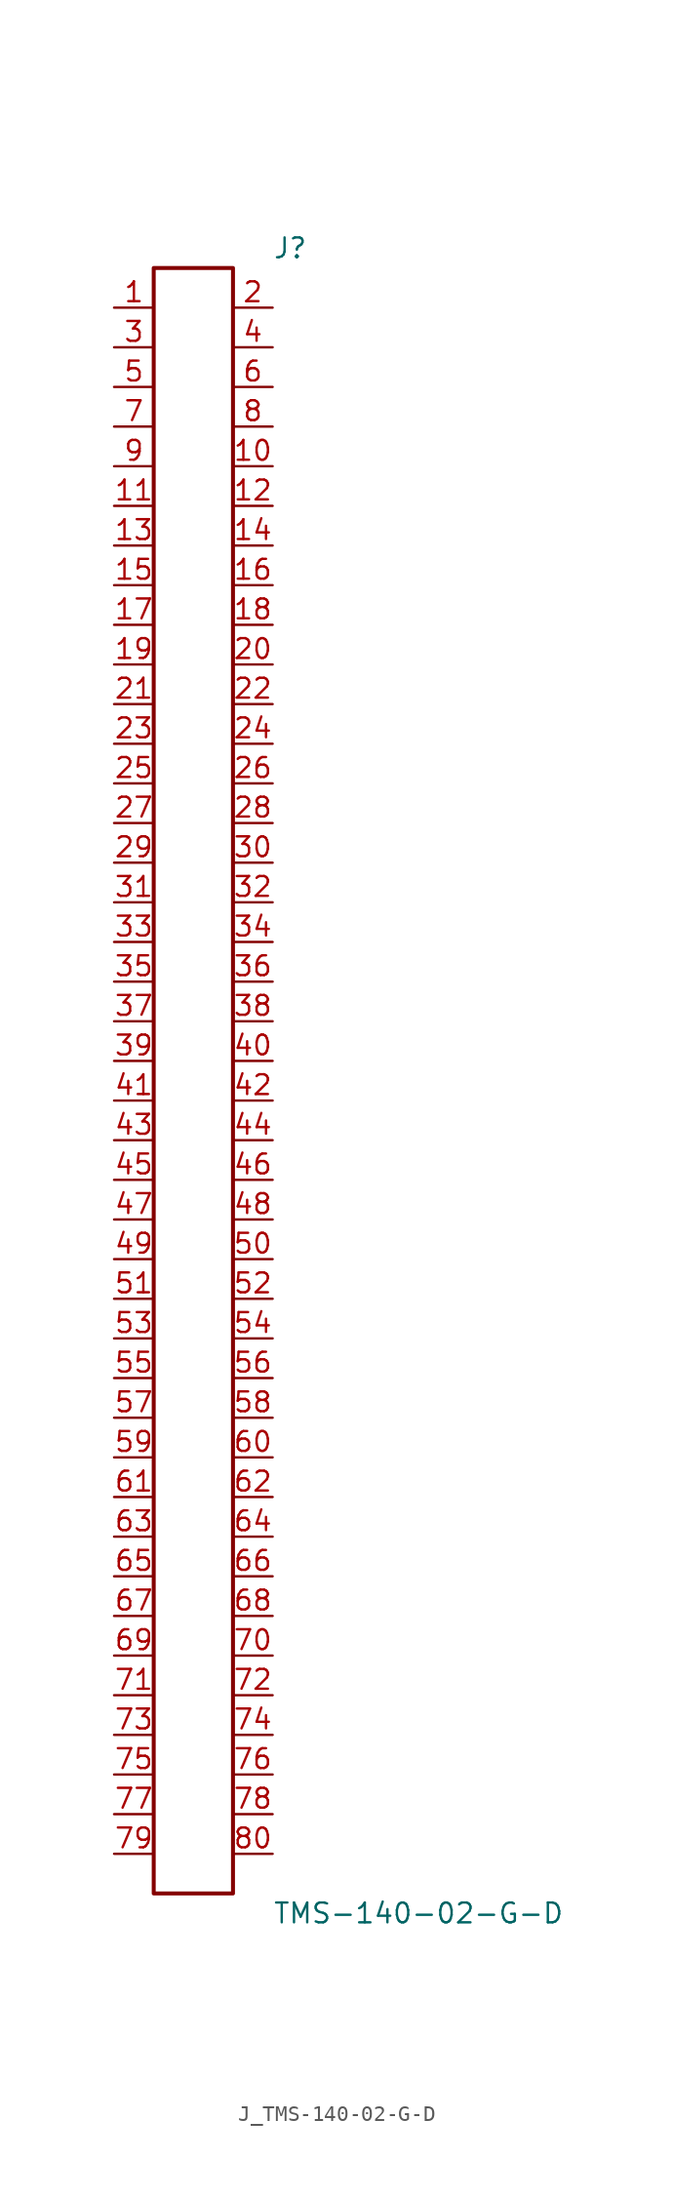
<source format=kicad_sym>
(kicad_symbol_lib
  (version 20231120)
  (generator kicad_symbol_editor)
  (generator_version 8.0)
  (symbol "J_TMS-140-02-G-D"
    (pin_names
      (offset 0.254))
    (property "Reference" "J"
      (at 5.08 53.34 0)
      (effects (font (size 1.27 1.27)) (justify left)))
    (property "Value" "TMS-140-02-G-D"
      (at 5.08 -53.34 0)
      (effects (font (size 1.27 1.27)) (justify left)))
    (symbol "J_TMS-140-02-G-D_0_0"
      (pin unspecified line (at -5.08 49.53 0) (length 2.54) (name "" (effects (font (size 1.27 1.27)))) (number "1" (effects (font (size 1.27 1.27)))))
      (pin unspecified line (at 5.08 49.53 180) (length 2.54) (name "" (effects (font (size 1.27 1.27)))) (number "2" (effects (font (size 1.27 1.27)))))
      (pin unspecified line (at -5.08 46.99 0) (length 2.54) (name "" (effects (font (size 1.27 1.27)))) (number "3" (effects (font (size 1.27 1.27)))))
      (pin unspecified line (at 5.08 46.99 180) (length 2.54) (name "" (effects (font (size 1.27 1.27)))) (number "4" (effects (font (size 1.27 1.27)))))
      (pin unspecified line (at -5.08 44.45 0) (length 2.54) (name "" (effects (font (size 1.27 1.27)))) (number "5" (effects (font (size 1.27 1.27)))))
      (pin unspecified line (at 5.08 44.45 180) (length 2.54) (name "" (effects (font (size 1.27 1.27)))) (number "6" (effects (font (size 1.27 1.27)))))
      (pin unspecified line (at -5.08 41.91 0) (length 2.54) (name "" (effects (font (size 1.27 1.27)))) (number "7" (effects (font (size 1.27 1.27)))))
      (pin unspecified line (at 5.08 41.91 180) (length 2.54) (name "" (effects (font (size 1.27 1.27)))) (number "8" (effects (font (size 1.27 1.27)))))
      (pin unspecified line (at -5.08 39.37 0) (length 2.54) (name "" (effects (font (size 1.27 1.27)))) (number "9" (effects (font (size 1.27 1.27)))))
      (pin unspecified line (at 5.08 39.37 180) (length 2.54) (name "" (effects (font (size 1.27 1.27)))) (number "10" (effects (font (size 1.27 1.27)))))
      (pin unspecified line (at -5.08 36.83 0) (length 2.54) (name "" (effects (font (size 1.27 1.27)))) (number "11" (effects (font (size 1.27 1.27)))))
      (pin unspecified line (at 5.08 36.83 180) (length 2.54) (name "" (effects (font (size 1.27 1.27)))) (number "12" (effects (font (size 1.27 1.27)))))
      (pin unspecified line (at -5.08 34.29 0) (length 2.54) (name "" (effects (font (size 1.27 1.27)))) (number "13" (effects (font (size 1.27 1.27)))))
      (pin unspecified line (at 5.08 34.29 180) (length 2.54) (name "" (effects (font (size 1.27 1.27)))) (number "14" (effects (font (size 1.27 1.27)))))
      (pin unspecified line (at -5.08 31.75 0) (length 2.54) (name "" (effects (font (size 1.27 1.27)))) (number "15" (effects (font (size 1.27 1.27)))))
      (pin unspecified line (at 5.08 31.75 180) (length 2.54) (name "" (effects (font (size 1.27 1.27)))) (number "16" (effects (font (size 1.27 1.27)))))
      (pin unspecified line (at -5.08 29.21 0) (length 2.54) (name "" (effects (font (size 1.27 1.27)))) (number "17" (effects (font (size 1.27 1.27)))))
      (pin unspecified line (at 5.08 29.21 180) (length 2.54) (name "" (effects (font (size 1.27 1.27)))) (number "18" (effects (font (size 1.27 1.27)))))
      (pin unspecified line (at -5.08 26.67 0) (length 2.54) (name "" (effects (font (size 1.27 1.27)))) (number "19" (effects (font (size 1.27 1.27)))))
      (pin unspecified line (at 5.08 26.67 180) (length 2.54) (name "" (effects (font (size 1.27 1.27)))) (number "20" (effects (font (size 1.27 1.27)))))
      (pin unspecified line (at -5.08 24.13 0) (length 2.54) (name "" (effects (font (size 1.27 1.27)))) (number "21" (effects (font (size 1.27 1.27)))))
      (pin unspecified line (at 5.08 24.13 180) (length 2.54) (name "" (effects (font (size 1.27 1.27)))) (number "22" (effects (font (size 1.27 1.27)))))
      (pin unspecified line (at -5.08 21.59 0) (length 2.54) (name "" (effects (font (size 1.27 1.27)))) (number "23" (effects (font (size 1.27 1.27)))))
      (pin unspecified line (at 5.08 21.59 180) (length 2.54) (name "" (effects (font (size 1.27 1.27)))) (number "24" (effects (font (size 1.27 1.27)))))
      (pin unspecified line (at -5.08 19.05 0) (length 2.54) (name "" (effects (font (size 1.27 1.27)))) (number "25" (effects (font (size 1.27 1.27)))))
      (pin unspecified line (at 5.08 19.05 180) (length 2.54) (name "" (effects (font (size 1.27 1.27)))) (number "26" (effects (font (size 1.27 1.27)))))
      (pin unspecified line (at -5.08 16.51 0) (length 2.54) (name "" (effects (font (size 1.27 1.27)))) (number "27" (effects (font (size 1.27 1.27)))))
      (pin unspecified line (at 5.08 16.51 180) (length 2.54) (name "" (effects (font (size 1.27 1.27)))) (number "28" (effects (font (size 1.27 1.27)))))
      (pin unspecified line (at -5.08 13.97 0) (length 2.54) (name "" (effects (font (size 1.27 1.27)))) (number "29" (effects (font (size 1.27 1.27)))))
      (pin unspecified line (at 5.08 13.97 180) (length 2.54) (name "" (effects (font (size 1.27 1.27)))) (number "30" (effects (font (size 1.27 1.27)))))
      (pin unspecified line (at -5.08 11.43 0) (length 2.54) (name "" (effects (font (size 1.27 1.27)))) (number "31" (effects (font (size 1.27 1.27)))))
      (pin unspecified line (at 5.08 11.43 180) (length 2.54) (name "" (effects (font (size 1.27 1.27)))) (number "32" (effects (font (size 1.27 1.27)))))
      (pin unspecified line (at -5.08 8.89 0) (length 2.54) (name "" (effects (font (size 1.27 1.27)))) (number "33" (effects (font (size 1.27 1.27)))))
      (pin unspecified line (at 5.08 8.89 180) (length 2.54) (name "" (effects (font (size 1.27 1.27)))) (number "34" (effects (font (size 1.27 1.27)))))
      (pin unspecified line (at -5.08 6.35 0) (length 2.54) (name "" (effects (font (size 1.27 1.27)))) (number "35" (effects (font (size 1.27 1.27)))))
      (pin unspecified line (at 5.08 6.35 180) (length 2.54) (name "" (effects (font (size 1.27 1.27)))) (number "36" (effects (font (size 1.27 1.27)))))
      (pin unspecified line (at -5.08 3.81 0) (length 2.54) (name "" (effects (font (size 1.27 1.27)))) (number "37" (effects (font (size 1.27 1.27)))))
      (pin unspecified line (at 5.08 3.81 180) (length 2.54) (name "" (effects (font (size 1.27 1.27)))) (number "38" (effects (font (size 1.27 1.27)))))
      (pin unspecified line (at -5.08 1.27 0) (length 2.54) (name "" (effects (font (size 1.27 1.27)))) (number "39" (effects (font (size 1.27 1.27)))))
      (pin unspecified line (at 5.08 1.27 180) (length 2.54) (name "" (effects (font (size 1.27 1.27)))) (number "40" (effects (font (size 1.27 1.27)))))
      (pin unspecified line (at -5.08 -1.27 0) (length 2.54) (name "" (effects (font (size 1.27 1.27)))) (number "41" (effects (font (size 1.27 1.27)))))
      (pin unspecified line (at 5.08 -1.27 180) (length 2.54) (name "" (effects (font (size 1.27 1.27)))) (number "42" (effects (font (size 1.27 1.27)))))
      (pin unspecified line (at -5.08 -3.81 0) (length 2.54) (name "" (effects (font (size 1.27 1.27)))) (number "43" (effects (font (size 1.27 1.27)))))
      (pin unspecified line (at 5.08 -3.81 180) (length 2.54) (name "" (effects (font (size 1.27 1.27)))) (number "44" (effects (font (size 1.27 1.27)))))
      (pin unspecified line (at -5.08 -6.35 0) (length 2.54) (name "" (effects (font (size 1.27 1.27)))) (number "45" (effects (font (size 1.27 1.27)))))
      (pin unspecified line (at 5.08 -6.35 180) (length 2.54) (name "" (effects (font (size 1.27 1.27)))) (number "46" (effects (font (size 1.27 1.27)))))
      (pin unspecified line (at -5.08 -8.89 0) (length 2.54) (name "" (effects (font (size 1.27 1.27)))) (number "47" (effects (font (size 1.27 1.27)))))
      (pin unspecified line (at 5.08 -8.89 180) (length 2.54) (name "" (effects (font (size 1.27 1.27)))) (number "48" (effects (font (size 1.27 1.27)))))
      (pin unspecified line (at -5.08 -11.43 0) (length 2.54) (name "" (effects (font (size 1.27 1.27)))) (number "49" (effects (font (size 1.27 1.27)))))
      (pin unspecified line (at 5.08 -11.43 180) (length 2.54) (name "" (effects (font (size 1.27 1.27)))) (number "50" (effects (font (size 1.27 1.27)))))
      (pin unspecified line (at -5.08 -13.97 0) (length 2.54) (name "" (effects (font (size 1.27 1.27)))) (number "51" (effects (font (size 1.27 1.27)))))
      (pin unspecified line (at 5.08 -13.97 180) (length 2.54) (name "" (effects (font (size 1.27 1.27)))) (number "52" (effects (font (size 1.27 1.27)))))
      (pin unspecified line (at -5.08 -16.51 0) (length 2.54) (name "" (effects (font (size 1.27 1.27)))) (number "53" (effects (font (size 1.27 1.27)))))
      (pin unspecified line (at 5.08 -16.51 180) (length 2.54) (name "" (effects (font (size 1.27 1.27)))) (number "54" (effects (font (size 1.27 1.27)))))
      (pin unspecified line (at -5.08 -19.05 0) (length 2.54) (name "" (effects (font (size 1.27 1.27)))) (number "55" (effects (font (size 1.27 1.27)))))
      (pin unspecified line (at 5.08 -19.05 180) (length 2.54) (name "" (effects (font (size 1.27 1.27)))) (number "56" (effects (font (size 1.27 1.27)))))
      (pin unspecified line (at -5.08 -21.59 0) (length 2.54) (name "" (effects (font (size 1.27 1.27)))) (number "57" (effects (font (size 1.27 1.27)))))
      (pin unspecified line (at 5.08 -21.59 180) (length 2.54) (name "" (effects (font (size 1.27 1.27)))) (number "58" (effects (font (size 1.27 1.27)))))
      (pin unspecified line (at -5.08 -24.13 0) (length 2.54) (name "" (effects (font (size 1.27 1.27)))) (number "59" (effects (font (size 1.27 1.27)))))
      (pin unspecified line (at 5.08 -24.13 180) (length 2.54) (name "" (effects (font (size 1.27 1.27)))) (number "60" (effects (font (size 1.27 1.27)))))
      (pin unspecified line (at -5.08 -26.67 0) (length 2.54) (name "" (effects (font (size 1.27 1.27)))) (number "61" (effects (font (size 1.27 1.27)))))
      (pin unspecified line (at 5.08 -26.67 180) (length 2.54) (name "" (effects (font (size 1.27 1.27)))) (number "62" (effects (font (size 1.27 1.27)))))
      (pin unspecified line (at -5.08 -29.21 0) (length 2.54) (name "" (effects (font (size 1.27 1.27)))) (number "63" (effects (font (size 1.27 1.27)))))
      (pin unspecified line (at 5.08 -29.21 180) (length 2.54) (name "" (effects (font (size 1.27 1.27)))) (number "64" (effects (font (size 1.27 1.27)))))
      (pin unspecified line (at -5.08 -31.75 0) (length 2.54) (name "" (effects (font (size 1.27 1.27)))) (number "65" (effects (font (size 1.27 1.27)))))
      (pin unspecified line (at 5.08 -31.75 180) (length 2.54) (name "" (effects (font (size 1.27 1.27)))) (number "66" (effects (font (size 1.27 1.27)))))
      (pin unspecified line (at -5.08 -34.29 0) (length 2.54) (name "" (effects (font (size 1.27 1.27)))) (number "67" (effects (font (size 1.27 1.27)))))
      (pin unspecified line (at 5.08 -34.29 180) (length 2.54) (name "" (effects (font (size 1.27 1.27)))) (number "68" (effects (font (size 1.27 1.27)))))
      (pin unspecified line (at -5.08 -36.83 0) (length 2.54) (name "" (effects (font (size 1.27 1.27)))) (number "69" (effects (font (size 1.27 1.27)))))
      (pin unspecified line (at 5.08 -36.83 180) (length 2.54) (name "" (effects (font (size 1.27 1.27)))) (number "70" (effects (font (size 1.27 1.27)))))
      (pin unspecified line (at -5.08 -39.37 0) (length 2.54) (name "" (effects (font (size 1.27 1.27)))) (number "71" (effects (font (size 1.27 1.27)))))
      (pin unspecified line (at 5.08 -39.37 180) (length 2.54) (name "" (effects (font (size 1.27 1.27)))) (number "72" (effects (font (size 1.27 1.27)))))
      (pin unspecified line (at -5.08 -41.91 0) (length 2.54) (name "" (effects (font (size 1.27 1.27)))) (number "73" (effects (font (size 1.27 1.27)))))
      (pin unspecified line (at 5.08 -41.91 180) (length 2.54) (name "" (effects (font (size 1.27 1.27)))) (number "74" (effects (font (size 1.27 1.27)))))
      (pin unspecified line (at -5.08 -44.45 0) (length 2.54) (name "" (effects (font (size 1.27 1.27)))) (number "75" (effects (font (size 1.27 1.27)))))
      (pin unspecified line (at 5.08 -44.45 180) (length 2.54) (name "" (effects (font (size 1.27 1.27)))) (number "76" (effects (font (size 1.27 1.27)))))
      (pin unspecified line (at -5.08 -46.99 0) (length 2.54) (name "" (effects (font (size 1.27 1.27)))) (number "77" (effects (font (size 1.27 1.27)))))
      (pin unspecified line (at 5.08 -46.99 180) (length 2.54) (name "" (effects (font (size 1.27 1.27)))) (number "78" (effects (font (size 1.27 1.27)))))
      (pin unspecified line (at -5.08 -49.53 0) (length 2.54) (name "" (effects (font (size 1.27 1.27)))) (number "79" (effects (font (size 1.27 1.27)))))
      (pin unspecified line (at 5.08 -49.53 180) (length 2.54) (name "" (effects (font (size 1.27 1.27)))) (number "80" (effects (font (size 1.27 1.27))))))
    (symbol "J_TMS-140-02-G-D_1_0"
      (rectangle (start -2.54 52.07) (end 2.54 -52.07) (stroke (width 0.254) (type solid)) (fill (type none))))))
</source>
